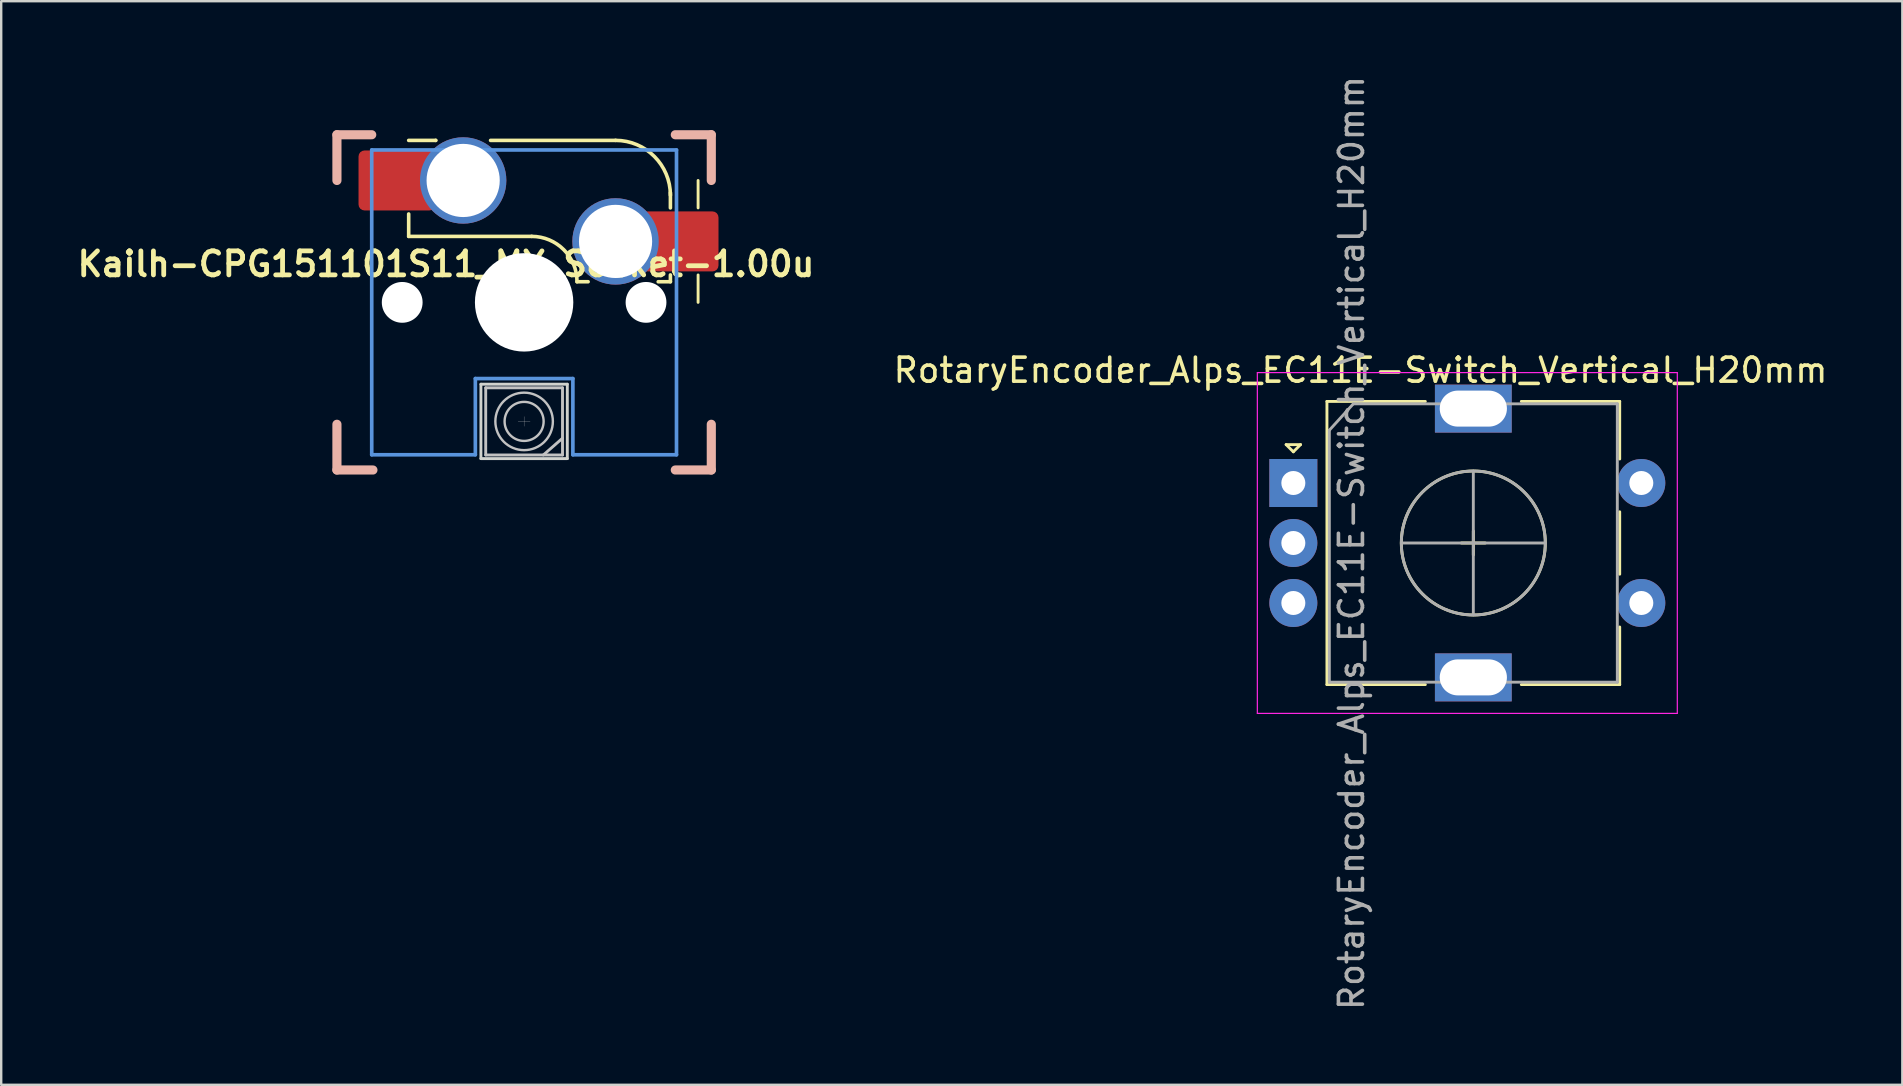
<source format=kicad_pcb>
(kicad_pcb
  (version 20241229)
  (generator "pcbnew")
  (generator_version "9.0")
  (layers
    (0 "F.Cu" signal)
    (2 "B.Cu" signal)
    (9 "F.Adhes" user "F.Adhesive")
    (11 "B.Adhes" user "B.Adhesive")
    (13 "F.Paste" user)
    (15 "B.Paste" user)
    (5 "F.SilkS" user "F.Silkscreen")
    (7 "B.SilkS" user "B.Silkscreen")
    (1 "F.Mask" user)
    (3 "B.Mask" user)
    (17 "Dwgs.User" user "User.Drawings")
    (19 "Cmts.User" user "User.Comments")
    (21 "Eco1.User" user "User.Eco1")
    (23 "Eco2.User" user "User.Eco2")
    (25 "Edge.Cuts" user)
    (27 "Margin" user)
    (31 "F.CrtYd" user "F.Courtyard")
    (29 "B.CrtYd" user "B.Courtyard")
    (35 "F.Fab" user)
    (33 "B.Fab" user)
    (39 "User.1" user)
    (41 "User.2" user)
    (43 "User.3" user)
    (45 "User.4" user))
  (footprint "Kailh-CPG151101S11_MX_Socket-1.00u"
    (layer "F.Cu")
    (at 18.79 9.55)
    (property "Reference" "Kailh-CPG151101S11_MX_Socket-1.00u" (at -3.256 -1.598 0) (layer "F.SilkS") (effects (font (size 1 1) (thickness 0.2))))
    (attr through_hole)
    (fp_line (start -4.81 -6.75) (end -3.683 -6.75) (stroke (width 0.15) (type solid)) (layer "F.SilkS"))
    (fp_line (start -4.81 -3.683) (end -4.81 -2.75) (stroke (width 0.15) (type solid)) (layer "F.SilkS"))
    (fp_line (start -4.81 -2.75) (end 0.315 -2.75) (stroke (width 0.15) (type solid)) (layer "F.SilkS"))
    (fp_line (start -3.683 -6.75) (end -3.683 -6.75) (stroke (width 0.15) (type solid)) (layer "F.SilkS"))
    (fp_line (start -1.397 -6.75) (end 3.81 -6.75) (stroke (width 0.15) (type solid)) (layer "F.SilkS"))
    (fp_line (start 2.667 -0.86) (end 2.205 -0.86) (stroke (width 0.15) (type solid)) (layer "F.SilkS"))
    (fp_line (start 6.096 -4.572) (end 6.096 -3.937) (stroke (width 0.15) (type solid)) (layer "F.SilkS"))
    (fp_line (start 6.096 -0.86) (end 5.588 -0.86) (stroke (width 0.15) (type solid)) (layer "F.SilkS"))
    (fp_line (start 6.096 -0.86) (end 6.096 -1.143) (stroke (width 0.15) (type solid)) (layer "F.SilkS"))
    (fp_line (start 7.25 -5.08) (end 7.25 -3.937) (stroke (width 0.12) (type solid)) (layer "F.SilkS"))
    (fp_line (start 7.25 -1.143) (end 7.25 0) (stroke (width 0.12) (type solid)) (layer "F.SilkS"))
    (fp_arc (start 0.314568 -2.75) (mid 1.651 -2.196432) (end 2.204568 -0.86) (stroke (width 0.15) (type solid)) (layer "F.SilkS"))
    (fp_arc (start 3.81 -6.751) (mid 5.426446 -6.081446) (end 6.096 -4.465) (stroke (width 0.15) (type solid)) (layer "F.SilkS"))
    (fp_line (start -7.8 -6.985) (end -6.35 -6.985) (stroke (width 0.381) (type solid)) (layer "B.SilkS"))
    (fp_line (start -7.8 -5.08) (end -7.8 -6.985) (stroke (width 0.381) (type solid)) (layer "B.SilkS"))
    (fp_line (start -7.8 6.985) (end -7.8 5.08) (stroke (width 0.381) (type solid)) (layer "B.SilkS"))
    (fp_line (start -6.3 6.985) (end -7.8 6.985) (stroke (width 0.381) (type solid)) (layer "B.SilkS"))
    (fp_line (start 6.3 -6.985) (end 7.8 -6.985) (stroke (width 0.381) (type solid)) (layer "B.SilkS"))
    (fp_line (start 7.8 -6.985) (end 7.8 -5.08) (stroke (width 0.381) (type solid)) (layer "B.SilkS"))
    (fp_line (start 7.8 5.08) (end 7.8 6.985) (stroke (width 0.381) (type solid)) (layer "B.SilkS"))
    (fp_line (start 7.8 6.985) (end 6.3 6.985) (stroke (width 0.381) (type solid)) (layer "B.SilkS"))
    (fp_line (start -9.55 0) (end -9.5 -0.1) (stroke (width 0.001) (type solid)) (layer "Dwgs.User"))
    (fp_line (start -9.55 0) (end -9.5 0.1) (stroke (width 0.001) (type solid)) (layer "Dwgs.User"))
    (fp_line (start -9.5 -9.5) (end 9.5 -9.5) (stroke (width 0.001) (type solid)) (layer "Dwgs.User"))
    (fp_line (start -9.5 0) (end -9.55 0) (stroke (width 0.001) (type solid)) (layer "Dwgs.User"))
    (fp_line (start -9.5 9.5) (end -9.5 -9.5) (stroke (width 0.001) (type solid)) (layer "Dwgs.User"))
    (fp_line (start -1.6 3.56) (end -1.6 6.36) (stroke (width 0.12) (type solid)) (layer "Dwgs.User"))
    (fp_line (start -0.25 4.96) (end 0.25 4.96) (stroke (width 0.01) (type solid)) (layer "Dwgs.User"))
    (fp_line (start 0 -9.55) (end -0.1 -9.5) (stroke (width 0.001) (type solid)) (layer "Dwgs.User"))
    (fp_line (start 0 -9.55) (end 0.1 -9.5) (stroke (width 0.001) (type solid)) (layer "Dwgs.User"))
    (fp_line (start 0 -9.5) (end 0 -9.55) (stroke (width 0.001) (type solid)) (layer "Dwgs.User"))
    (fp_line (start 0 5.16) (end 0 4.76) (stroke (width 0.01) (type solid)) (layer "Dwgs.User"))
    (fp_line (start 0 9.5) (end 0 9.55) (stroke (width 0.001) (type solid)) (layer "Dwgs.User"))
    (fp_line (start 0 9.55) (end -0.1 9.5) (stroke (width 0.001) (type solid)) (layer "Dwgs.User"))
    (fp_line (start 0 9.55) (end 0.1 9.5) (stroke (width 0.001) (type solid)) (layer "Dwgs.User"))
    (fp_line (start 1.6 3.56) (end -1.6 3.56) (stroke (width 0.12) (type solid)) (layer "Dwgs.User"))
    (fp_line (start 1.6 3.56) (end 1.6 6.36) (stroke (width 0.12) (type solid)) (layer "Dwgs.User"))
    (fp_line (start 1.6 5.66) (end 0.8 6.36) (stroke (width 0.12) (type solid)) (layer "Dwgs.User"))
    (fp_line (start 1.6 6.36) (end -1.6 6.36) (stroke (width 0.12) (type solid)) (layer "Dwgs.User"))
    (fp_line (start 9.5 -9.5) (end 9.5 9.5) (stroke (width 0.001) (type solid)) (layer "Dwgs.User"))
    (fp_line (start 9.5 0) (end 9.55 0) (stroke (width 0.001) (type solid)) (layer "Dwgs.User"))
    (fp_line (start 9.5 9.5) (end -9.5 9.5) (stroke (width 0.001) (type solid)) (layer "Dwgs.User"))
    (fp_line (start 9.55 0) (end 9.5 -0.1) (stroke (width 0.001) (type solid)) (layer "Dwgs.User"))
    (fp_line (start 9.55 0) (end 9.5 0.1) (stroke (width 0.001) (type solid)) (layer "Dwgs.User"))
    (fp_circle (center 0 4.96) (end 0.635 5.468) (stroke (width 0.1) (type default)) (fill no) (layer "Dwgs.User"))
    (fp_circle (center 0 4.96) (end 1.016 5.595) (stroke (width 0.1) (type default)) (fill no) (layer "Dwgs.User"))
    (fp_line (start -6.35 -6.35) (end 6.35 -6.35) (stroke (width 0.152) (type solid)) (layer "Cmts.User"))
    (fp_line (start -6.35 6.35) (end -6.35 -6.35) (stroke (width 0.152) (type solid)) (layer "Cmts.User"))
    (fp_line (start -2.032 3.175) (end -2.032 6.35) (stroke (width 0.152) (type solid)) (layer "Cmts.User"))
    (fp_line (start -2.032 6.35) (end -6.35 6.35) (stroke (width 0.152) (type solid)) (layer "Cmts.User"))
    (fp_line (start 0 1) (end 0 -1) (stroke (width 0.001) (type solid)) (layer "Cmts.User"))
    (fp_line (start 1 0) (end -1 0) (stroke (width 0.001) (type solid)) (layer "Cmts.User"))
    (fp_line (start 2.032 3.175) (end -2.032 3.175) (stroke (width 0.152) (type solid)) (layer "Cmts.User"))
    (fp_line (start 2.032 6.35) (end 2.032 3.175) (stroke (width 0.152) (type solid)) (layer "Cmts.User"))
    (fp_line (start 6.35 -6.35) (end 6.35 6.35) (stroke (width 0.152) (type solid)) (layer "Cmts.User"))
    (fp_line (start 6.35 6.35) (end 2.032 6.35) (stroke (width 0.152) (type solid)) (layer "Cmts.User"))
    (fp_line (start -7.8 -6.985) (end 7.8 -6.985) (stroke (width 0.152) (type solid)) (layer "Eco1.User"))
    (fp_line (start -7.8 6.985) (end -7.8 -6.985) (stroke (width 0.152) (type solid)) (layer "Eco1.User"))
    (fp_line (start 7.8 -6.985) (end 7.8 6.985) (stroke (width 0.152) (type solid)) (layer "Eco1.User"))
    (fp_line (start 7.8 6.985) (end -7.8 6.985) (stroke (width 0.152) (type solid)) (layer "Eco1.User"))
    (fp_line (start -7 -7) (end 7 -7) (stroke (width 0.01) (type solid)) (layer "Eco2.User"))
    (fp_line (start -7 7) (end -7 -7) (stroke (width 0.01) (type solid)) (layer "Eco2.User"))
    (fp_line (start 7 -7) (end 7 7) (stroke (width 0.01) (type solid)) (layer "Eco2.User"))
    (fp_line (start 7 7) (end -7 7) (stroke (width 0.01) (type solid)) (layer "Eco2.User"))
    (fp_line (start -1.8 3.41) (end 1.8 3.41) (stroke (width 0.12) (type solid)) (layer "Edge.Cuts"))
    (fp_line (start -1.8 6.51) (end -1.8 3.41) (stroke (width 0.12) (type solid)) (layer "Edge.Cuts"))
    (fp_line (start 1.8 3.41) (end 1.8 6.51) (stroke (width 0.12) (type solid)) (layer "Edge.Cuts"))
    (fp_line (start 1.8 6.51) (end -1.8 6.51) (stroke (width 0.12) (type solid)) (layer "Edge.Cuts"))
    (pad "" np_thru_hole circle (at -5.08 0) (size 1.7 1.7) (drill 1.7) (layers "*.Cu" "*.Mask"))
    (pad "" np_thru_hole circle (at 0 0) (size 4.1 4.1) (drill 4.1) (layers "*.Cu" "*.Mask"))
    (pad "" np_thru_hole circle (at 5.08 0) (size 1.7 1.7) (drill 1.7) (layers "*.Cu" "*.Mask"))
    (pad "S1" smd roundrect (at -5.3 -5.08) (size 3.2 2.5) (layers "F.Cu" "F.Mask" "F.Paste") (roundrect_rratio 0.1))
    (pad "S1" thru_hole circle (at -2.54 -5.08) (size 3.6 3.6) (drill 3.05) (layers "*.Cu" "*.Mask"))
    (pad "S2" thru_hole circle (at 3.81 -2.54) (size 3.6 3.6) (drill 3.05) (layers "*.Cu" "*.Mask"))
    (pad "S2" smd roundrect (at 6.5 -2.54) (size 3.2 2.5) (layers "F.Cu" "F.Mask" "F.Paste") (roundrect_rratio 0.1))
    (zone (net_name "") (layers "F.Cu" "B.Cu") (hatch full 0.5) (connect_pads) (min_thickness 0.25) (filled_areas_thickness no) (keepout (tracks not_allowed) (vias not_allowed) (pads not_allowed) (copperpour allowed) (footprints allowed)) (placement (enabled no)) (fill) (polygon (pts (xy 16.91 12.885) (xy 16.91 16.136) (xy 20.669 16.136) (xy 20.669 12.885)))))
  (footprint "RotaryEncoder_Alps_EC11E-Switch_Vertical_H20mm"
    (layer "F.Cu")
    (at 50.844 17.077)
    (property "Reference" "RotaryEncoder_Alps_EC11E-Switch_Vertical_H20mm" (at 2.8 -4.7 0) (layer "F.SilkS") (effects (font (size 1 1) (thickness 0.15))))
    (attr through_hole)
    (fp_line (start -0.3 -1.6) (end 0.3 -1.6) (stroke (width 0.12) (type solid)) (layer "F.SilkS"))
    (fp_line (start 0 -1.3) (end -0.3 -1.6) (stroke (width 0.12) (type solid)) (layer "F.SilkS"))
    (fp_line (start 0.3 -1.6) (end 0 -1.3) (stroke (width 0.12) (type solid)) (layer "F.SilkS"))
    (fp_line (start 1.4 -3.4) (end 1.4 8.4) (stroke (width 0.12) (type solid)) (layer "F.SilkS"))
    (fp_line (start 5.5 -3.4) (end 1.4 -3.4) (stroke (width 0.12) (type solid)) (layer "F.SilkS"))
    (fp_line (start 5.5 8.4) (end 1.4 8.4) (stroke (width 0.12) (type solid)) (layer "F.SilkS"))
    (fp_line (start 7 2.5) (end 8 2.5) (stroke (width 0.12) (type solid)) (layer "F.SilkS"))
    (fp_line (start 7.5 2) (end 7.5 3) (stroke (width 0.12) (type solid)) (layer "F.SilkS"))
    (fp_line (start 9.5 -3.4) (end 13.6 -3.4) (stroke (width 0.12) (type solid)) (layer "F.SilkS"))
    (fp_line (start 13.6 -3.4) (end 13.6 -1) (stroke (width 0.12) (type solid)) (layer "F.SilkS"))
    (fp_line (start 13.6 1.2) (end 13.6 3.8) (stroke (width 0.12) (type solid)) (layer "F.SilkS"))
    (fp_line (start 13.6 6) (end 13.6 8.4) (stroke (width 0.12) (type solid)) (layer "F.SilkS"))
    (fp_line (start 13.6 8.4) (end 9.5 8.4) (stroke (width 0.12) (type solid)) (layer "F.SilkS"))
    (fp_circle (center 7.5 2.5) (end 10.5 2.5) (stroke (width 0.12) (type solid)) (fill no) (layer "F.SilkS"))
    (fp_line (start -1.5 -4.6) (end -1.5 9.6) (stroke (width 0.05) (type solid)) (layer "F.CrtYd"))
    (fp_line (start -1.5 -4.6) (end 16 -4.6) (stroke (width 0.05) (type solid)) (layer "F.CrtYd"))
    (fp_line (start 16 9.6) (end -1.5 9.6) (stroke (width 0.05) (type solid)) (layer "F.CrtYd"))
    (fp_line (start 16 9.6) (end 16 -4.6) (stroke (width 0.05) (type solid)) (layer "F.CrtYd"))
    (fp_line (start 1.5 -2.2) (end 2.5 -3.3) (stroke (width 0.12) (type solid)) (layer "F.Fab"))
    (fp_line (start 1.5 8.3) (end 1.5 -2.2) (stroke (width 0.12) (type solid)) (layer "F.Fab"))
    (fp_line (start 2.5 -3.3) (end 13.5 -3.3) (stroke (width 0.12) (type solid)) (layer "F.Fab"))
    (fp_line (start 4.5 2.5) (end 10.5 2.5) (stroke (width 0.12) (type solid)) (layer "F.Fab"))
    (fp_line (start 7.5 -0.5) (end 7.5 5.5) (stroke (width 0.12) (type solid)) (layer "F.Fab"))
    (fp_line (start 13.5 -3.3) (end 13.5 8.3) (stroke (width 0.12) (type solid)) (layer "F.Fab"))
    (fp_line (start 13.5 8.3) (end 1.5 8.3) (stroke (width 0.12) (type solid)) (layer "F.Fab"))
    (fp_circle (center 7.5 2.5) (end 10.5 2.5) (stroke (width 0.12) (type solid)) (fill no) (layer "F.Fab"))
    (fp_text user "${REFERENCE}" (at 2.424 2.5 90) (layer "F.Fab") (effects (font (size 1 1) (thickness 0.15))))
    (pad "A" thru_hole rect (at 0 0) (size 2 2) (drill 1) (layers "*.Cu" "*.Mask"))
    (pad "B" thru_hole circle (at 0 5) (size 2 2) (drill 1) (layers "*.Cu" "*.Mask"))
    (pad "C" thru_hole circle (at 0 2.5) (size 2 2) (drill 1) (layers "*.Cu" "*.Mask"))
    (pad "MP" thru_hole rect (at 7.5 -3.1) (size 3.2 2) (drill oval 2.8 1.5) (layers "*.Cu" "*.Mask"))
    (pad "MP" thru_hole rect (at 7.5 8.1) (size 3.2 2) (drill oval 2.8 1.5) (layers "*.Cu" "*.Mask"))
    (pad "S1" thru_hole circle (at 14.5 5) (size 2 2) (drill 1) (layers "*.Cu" "*.Mask"))
    (pad "S2" thru_hole circle (at 14.5 0) (size 2 2) (drill 1) (layers "*.Cu" "*.Mask")))
  (gr_rect
    (start -3 -3)
    (end 76.221 42.155)
    (stroke (width 0.1) (type default))
    (fill no)
    (layer "Edge.Cuts")))
</source>
